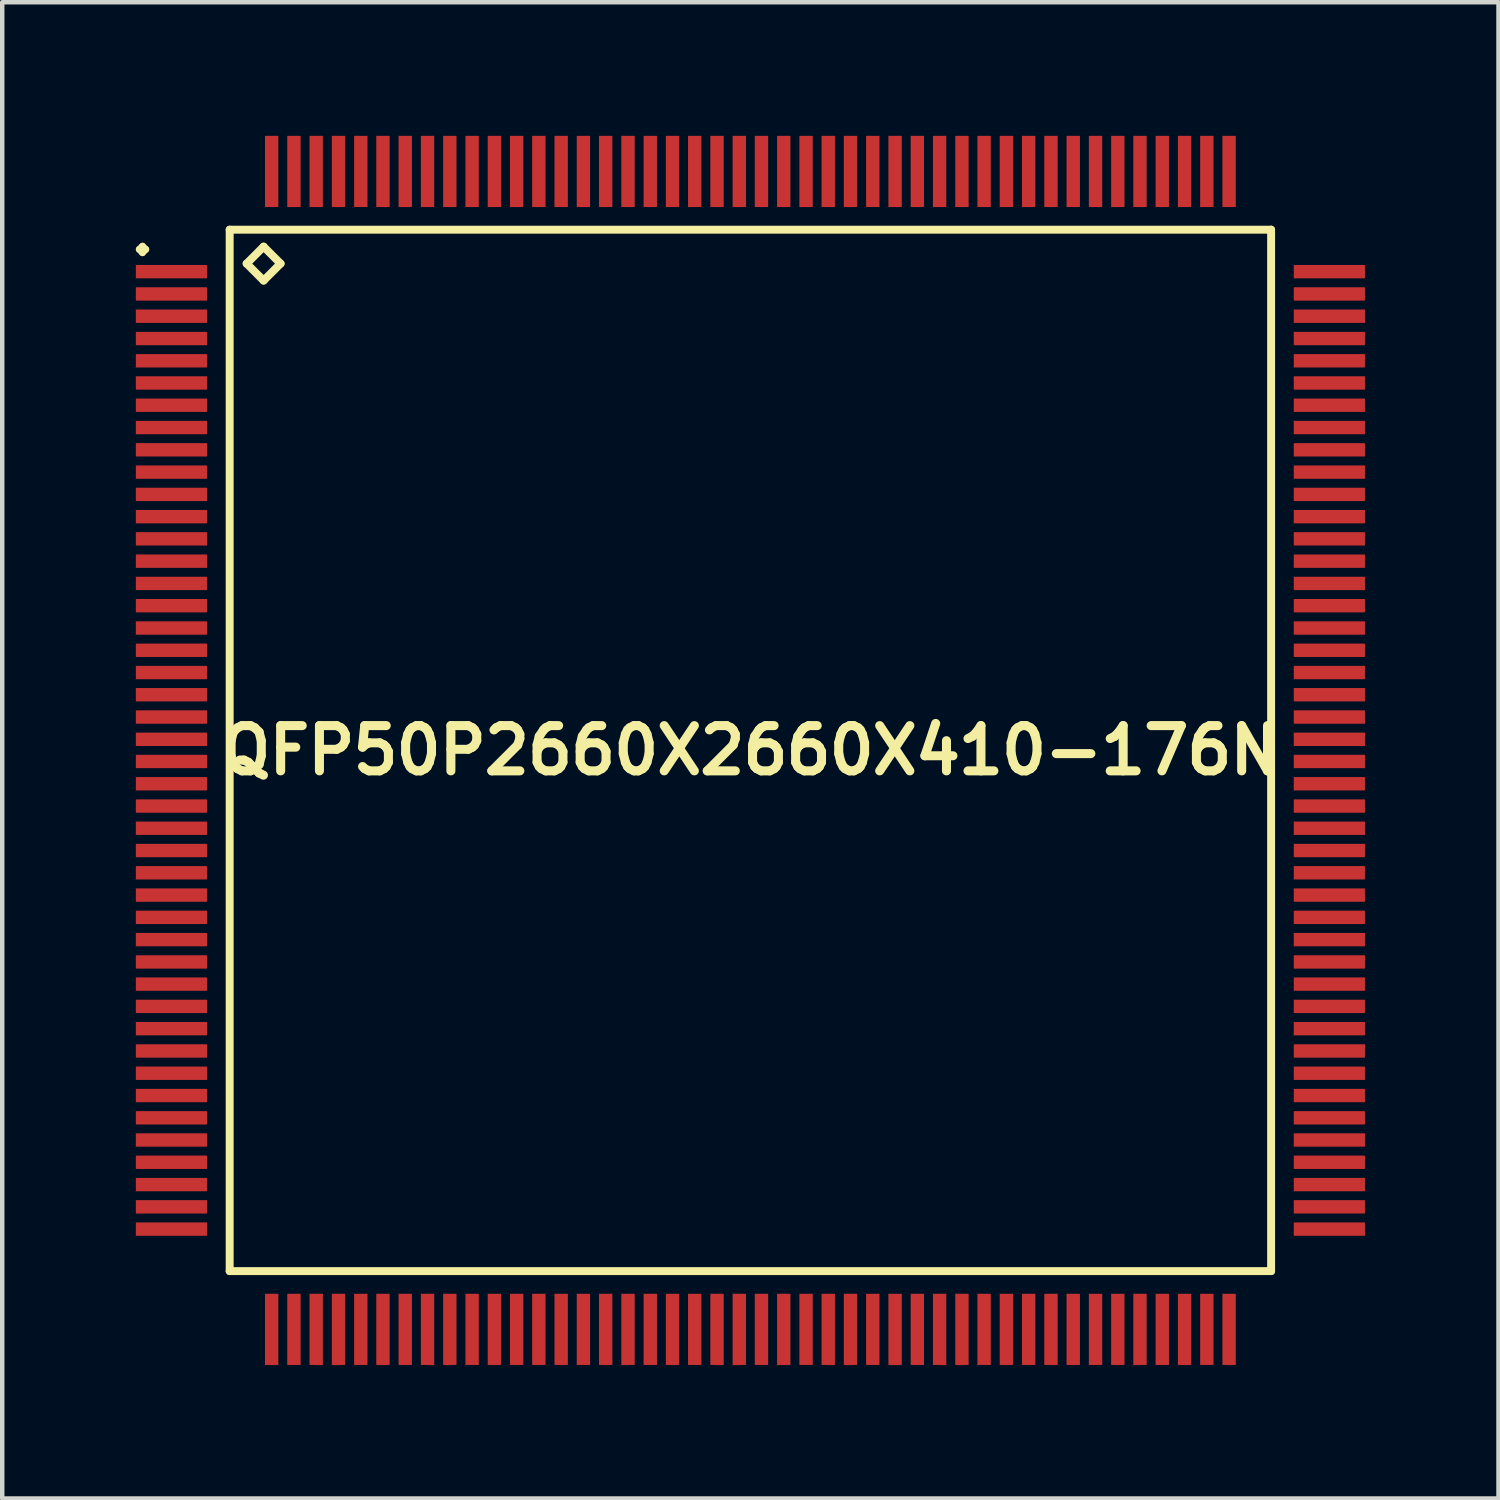
<source format=kicad_pcb>
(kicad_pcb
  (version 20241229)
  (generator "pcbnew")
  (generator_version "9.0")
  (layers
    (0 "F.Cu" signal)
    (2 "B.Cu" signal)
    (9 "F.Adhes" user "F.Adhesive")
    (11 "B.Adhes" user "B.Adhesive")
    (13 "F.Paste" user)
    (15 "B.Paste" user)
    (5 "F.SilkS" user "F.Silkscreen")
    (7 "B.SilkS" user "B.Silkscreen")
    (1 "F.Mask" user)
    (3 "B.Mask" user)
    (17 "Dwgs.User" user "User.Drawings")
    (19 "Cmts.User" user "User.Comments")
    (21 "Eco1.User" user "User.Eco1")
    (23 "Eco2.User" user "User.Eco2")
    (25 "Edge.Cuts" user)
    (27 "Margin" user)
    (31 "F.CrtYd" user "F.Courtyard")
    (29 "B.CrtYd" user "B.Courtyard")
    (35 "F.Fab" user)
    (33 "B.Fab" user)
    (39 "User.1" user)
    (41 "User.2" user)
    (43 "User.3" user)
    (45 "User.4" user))
  (footprint "QFP50P2660X2660X410-176N"
    (layer "F.Cu")
    (at 13.799 13.799)
    (property "Reference" "QFP50P2660X2660X410-176N" (at 0 0 0) (layer "F.SilkS") (effects (font (size 1.016 1.016) (thickness 0.203))))
    (attr smd)
    (fp_line (start -13.724 -11.25) (end -13.65 -11.323) (stroke (width 0.15) (type solid)) (layer "F.SilkS"))
    (fp_line (start -13.65 -11.323) (end -13.574 -11.25) (stroke (width 0.15) (type solid)) (layer "F.SilkS"))
    (fp_line (start -13.65 -11.173) (end -13.724 -11.25) (stroke (width 0.15) (type solid)) (layer "F.SilkS"))
    (fp_line (start -13.574 -11.25) (end -13.65 -11.173) (stroke (width 0.15) (type solid)) (layer "F.SilkS"))
    (fp_line (start -11.692 -11.692) (end -11.692 11.692) (stroke (width 0.178) (type solid)) (layer "F.SilkS"))
    (fp_line (start -11.692 11.692) (end 11.692 11.692) (stroke (width 0.178) (type solid)) (layer "F.SilkS"))
    (fp_line (start -11.311 -10.93) (end -10.93 -11.311) (stroke (width 0.178) (type solid)) (layer "F.SilkS"))
    (fp_line (start -10.93 -11.311) (end -10.549 -10.93) (stroke (width 0.178) (type solid)) (layer "F.SilkS"))
    (fp_line (start -10.93 -10.549) (end -11.311 -10.93) (stroke (width 0.178) (type solid)) (layer "F.SilkS"))
    (fp_line (start -10.549 -10.93) (end -10.93 -10.549) (stroke (width 0.178) (type solid)) (layer "F.SilkS"))
    (fp_line (start 11.692 -11.692) (end -11.692 -11.692) (stroke (width 0.178) (type solid)) (layer "F.SilkS"))
    (fp_line (start 11.692 11.692) (end 11.692 -11.692) (stroke (width 0.178) (type solid)) (layer "F.SilkS"))
    (pad "1" smd rect (at -13 -10.749) (size 1.598 0.3) (layers "F.Cu" "F.Mask" "F.Paste"))
    (pad "2" smd rect (at -13 -10.249) (size 1.598 0.3) (layers "F.Cu" "F.Mask" "F.Paste"))
    (pad "3" smd rect (at -13 -9.749) (size 1.598 0.3) (layers "F.Cu" "F.Mask" "F.Paste"))
    (pad "4" smd rect (at -13 -9.248) (size 1.598 0.3) (layers "F.Cu" "F.Mask" "F.Paste"))
    (pad "5" smd rect (at -13 -8.748) (size 1.598 0.3) (layers "F.Cu" "F.Mask" "F.Paste"))
    (pad "6" smd rect (at -13 -8.25) (size 1.598 0.3) (layers "F.Cu" "F.Mask" "F.Paste"))
    (pad "7" smd rect (at -13 -7.75) (size 1.598 0.3) (layers "F.Cu" "F.Mask" "F.Paste"))
    (pad "8" smd rect (at -13 -7.249) (size 1.598 0.3) (layers "F.Cu" "F.Mask" "F.Paste"))
    (pad "9" smd rect (at -13 -6.749) (size 1.598 0.3) (layers "F.Cu" "F.Mask" "F.Paste"))
    (pad "10" smd rect (at -13 -6.248) (size 1.598 0.3) (layers "F.Cu" "F.Mask" "F.Paste"))
    (pad "11" smd rect (at -13 -5.748) (size 1.598 0.3) (layers "F.Cu" "F.Mask" "F.Paste"))
    (pad "12" smd rect (at -13 -5.248) (size 1.598 0.3) (layers "F.Cu" "F.Mask" "F.Paste"))
    (pad "13" smd rect (at -13 -4.75) (size 1.598 0.3) (layers "F.Cu" "F.Mask" "F.Paste"))
    (pad "14" smd rect (at -13 -4.249) (size 1.598 0.3) (layers "F.Cu" "F.Mask" "F.Paste"))
    (pad "15" smd rect (at -13 -3.749) (size 1.598 0.3) (layers "F.Cu" "F.Mask" "F.Paste"))
    (pad "16" smd rect (at -13 -3.249) (size 1.598 0.3) (layers "F.Cu" "F.Mask" "F.Paste"))
    (pad "17" smd rect (at -13 -2.748) (size 1.598 0.3) (layers "F.Cu" "F.Mask" "F.Paste"))
    (pad "18" smd rect (at -13 -2.248) (size 1.598 0.3) (layers "F.Cu" "F.Mask" "F.Paste"))
    (pad "19" smd rect (at -13 -1.748) (size 1.598 0.3) (layers "F.Cu" "F.Mask" "F.Paste"))
    (pad "20" smd rect (at -13 -1.25) (size 1.598 0.3) (layers "F.Cu" "F.Mask" "F.Paste"))
    (pad "21" smd rect (at -13 -0.749) (size 1.598 0.3) (layers "F.Cu" "F.Mask" "F.Paste"))
    (pad "22" smd rect (at -13 -0.249) (size 1.598 0.3) (layers "F.Cu" "F.Mask" "F.Paste"))
    (pad "23" smd rect (at -13 0.249) (size 1.598 0.3) (layers "F.Cu" "F.Mask" "F.Paste"))
    (pad "24" smd rect (at -13 0.749) (size 1.598 0.3) (layers "F.Cu" "F.Mask" "F.Paste"))
    (pad "25" smd rect (at -13 1.25) (size 1.598 0.3) (layers "F.Cu" "F.Mask" "F.Paste"))
    (pad "26" smd rect (at -13 1.748) (size 1.598 0.3) (layers "F.Cu" "F.Mask" "F.Paste"))
    (pad "27" smd rect (at -13 2.248) (size 1.598 0.3) (layers "F.Cu" "F.Mask" "F.Paste"))
    (pad "28" smd rect (at -13 2.748) (size 1.598 0.3) (layers "F.Cu" "F.Mask" "F.Paste"))
    (pad "29" smd rect (at -13 3.249) (size 1.598 0.3) (layers "F.Cu" "F.Mask" "F.Paste"))
    (pad "30" smd rect (at -13 3.749) (size 1.598 0.3) (layers "F.Cu" "F.Mask" "F.Paste"))
    (pad "31" smd rect (at -13 4.249) (size 1.598 0.3) (layers "F.Cu" "F.Mask" "F.Paste"))
    (pad "32" smd rect (at -13 4.75) (size 1.598 0.3) (layers "F.Cu" "F.Mask" "F.Paste"))
    (pad "33" smd rect (at -13 5.248) (size 1.598 0.3) (layers "F.Cu" "F.Mask" "F.Paste"))
    (pad "34" smd rect (at -13 5.748) (size 1.598 0.3) (layers "F.Cu" "F.Mask" "F.Paste"))
    (pad "35" smd rect (at -13 6.248) (size 1.598 0.3) (layers "F.Cu" "F.Mask" "F.Paste"))
    (pad "36" smd rect (at -13 6.749) (size 1.598 0.3) (layers "F.Cu" "F.Mask" "F.Paste"))
    (pad "37" smd rect (at -13 7.249) (size 1.598 0.3) (layers "F.Cu" "F.Mask" "F.Paste"))
    (pad "38" smd rect (at -13 7.75) (size 1.598 0.3) (layers "F.Cu" "F.Mask" "F.Paste"))
    (pad "39" smd rect (at -13 8.25) (size 1.598 0.3) (layers "F.Cu" "F.Mask" "F.Paste"))
    (pad "40" smd rect (at -13 8.748) (size 1.598 0.3) (layers "F.Cu" "F.Mask" "F.Paste"))
    (pad "41" smd rect (at -13 9.248) (size 1.598 0.3) (layers "F.Cu" "F.Mask" "F.Paste"))
    (pad "42" smd rect (at -13 9.749) (size 1.598 0.3) (layers "F.Cu" "F.Mask" "F.Paste"))
    (pad "43" smd rect (at -13 10.249) (size 1.598 0.3) (layers "F.Cu" "F.Mask" "F.Paste"))
    (pad "44" smd rect (at -13 10.749) (size 1.598 0.3) (layers "F.Cu" "F.Mask" "F.Paste"))
    (pad "45" smd rect (at -10.749 13) (size 0.3 1.598) (layers "F.Cu" "F.Mask" "F.Paste"))
    (pad "46" smd rect (at -10.249 13) (size 0.3 1.598) (layers "F.Cu" "F.Mask" "F.Paste"))
    (pad "47" smd rect (at -9.749 13) (size 0.3 1.598) (layers "F.Cu" "F.Mask" "F.Paste"))
    (pad "48" smd rect (at -9.248 13) (size 0.3 1.598) (layers "F.Cu" "F.Mask" "F.Paste"))
    (pad "49" smd rect (at -8.748 13) (size 0.3 1.598) (layers "F.Cu" "F.Mask" "F.Paste"))
    (pad "50" smd rect (at -8.25 13) (size 0.3 1.598) (layers "F.Cu" "F.Mask" "F.Paste"))
    (pad "51" smd rect (at -7.75 13) (size 0.3 1.598) (layers "F.Cu" "F.Mask" "F.Paste"))
    (pad "52" smd rect (at -7.249 13) (size 0.3 1.598) (layers "F.Cu" "F.Mask" "F.Paste"))
    (pad "53" smd rect (at -6.749 13) (size 0.3 1.598) (layers "F.Cu" "F.Mask" "F.Paste"))
    (pad "54" smd rect (at -6.248 13) (size 0.3 1.598) (layers "F.Cu" "F.Mask" "F.Paste"))
    (pad "55" smd rect (at -5.748 13) (size 0.3 1.598) (layers "F.Cu" "F.Mask" "F.Paste"))
    (pad "56" smd rect (at -5.248 13) (size 0.3 1.598) (layers "F.Cu" "F.Mask" "F.Paste"))
    (pad "57" smd rect (at -4.75 13) (size 0.3 1.598) (layers "F.Cu" "F.Mask" "F.Paste"))
    (pad "58" smd rect (at -4.249 13) (size 0.3 1.598) (layers "F.Cu" "F.Mask" "F.Paste"))
    (pad "59" smd rect (at -3.749 13) (size 0.3 1.598) (layers "F.Cu" "F.Mask" "F.Paste"))
    (pad "60" smd rect (at -3.249 13) (size 0.3 1.598) (layers "F.Cu" "F.Mask" "F.Paste"))
    (pad "61" smd rect (at -2.748 13) (size 0.3 1.598) (layers "F.Cu" "F.Mask" "F.Paste"))
    (pad "62" smd rect (at -2.248 13) (size 0.3 1.598) (layers "F.Cu" "F.Mask" "F.Paste"))
    (pad "63" smd rect (at -1.748 13) (size 0.3 1.598) (layers "F.Cu" "F.Mask" "F.Paste"))
    (pad "64" smd rect (at -1.25 13) (size 0.3 1.598) (layers "F.Cu" "F.Mask" "F.Paste"))
    (pad "65" smd rect (at -0.749 13) (size 0.3 1.598) (layers "F.Cu" "F.Mask" "F.Paste"))
    (pad "66" smd rect (at -0.249 13) (size 0.3 1.598) (layers "F.Cu" "F.Mask" "F.Paste"))
    (pad "67" smd rect (at 0.249 13) (size 0.3 1.598) (layers "F.Cu" "F.Mask" "F.Paste"))
    (pad "68" smd rect (at 0.749 13) (size 0.3 1.598) (layers "F.Cu" "F.Mask" "F.Paste"))
    (pad "69" smd rect (at 1.25 13) (size 0.3 1.598) (layers "F.Cu" "F.Mask" "F.Paste"))
    (pad "70" smd rect (at 1.748 13) (size 0.3 1.598) (layers "F.Cu" "F.Mask" "F.Paste"))
    (pad "71" smd rect (at 2.248 13) (size 0.3 1.598) (layers "F.Cu" "F.Mask" "F.Paste"))
    (pad "72" smd rect (at 2.748 13) (size 0.3 1.598) (layers "F.Cu" "F.Mask" "F.Paste"))
    (pad "73" smd rect (at 3.249 13) (size 0.3 1.598) (layers "F.Cu" "F.Mask" "F.Paste"))
    (pad "74" smd rect (at 3.749 13) (size 0.3 1.598) (layers "F.Cu" "F.Mask" "F.Paste"))
    (pad "75" smd rect (at 4.249 13) (size 0.3 1.598) (layers "F.Cu" "F.Mask" "F.Paste"))
    (pad "76" smd rect (at 4.75 13) (size 0.3 1.598) (layers "F.Cu" "F.Mask" "F.Paste"))
    (pad "77" smd rect (at 5.248 13) (size 0.3 1.598) (layers "F.Cu" "F.Mask" "F.Paste"))
    (pad "78" smd rect (at 5.748 13) (size 0.3 1.598) (layers "F.Cu" "F.Mask" "F.Paste"))
    (pad "79" smd rect (at 6.248 13) (size 0.3 1.598) (layers "F.Cu" "F.Mask" "F.Paste"))
    (pad "80" smd rect (at 6.749 13) (size 0.3 1.598) (layers "F.Cu" "F.Mask" "F.Paste"))
    (pad "81" smd rect (at 7.249 13) (size 0.3 1.598) (layers "F.Cu" "F.Mask" "F.Paste"))
    (pad "82" smd rect (at 7.75 13) (size 0.3 1.598) (layers "F.Cu" "F.Mask" "F.Paste"))
    (pad "83" smd rect (at 8.25 13) (size 0.3 1.598) (layers "F.Cu" "F.Mask" "F.Paste"))
    (pad "84" smd rect (at 8.748 13) (size 0.3 1.598) (layers "F.Cu" "F.Mask" "F.Paste"))
    (pad "85" smd rect (at 9.248 13) (size 0.3 1.598) (layers "F.Cu" "F.Mask" "F.Paste"))
    (pad "86" smd rect (at 9.749 13) (size 0.3 1.598) (layers "F.Cu" "F.Mask" "F.Paste"))
    (pad "87" smd rect (at 10.249 13) (size 0.3 1.598) (layers "F.Cu" "F.Mask" "F.Paste"))
    (pad "88" smd rect (at 10.749 13) (size 0.3 1.598) (layers "F.Cu" "F.Mask" "F.Paste"))
    (pad "89" smd rect (at 13 10.749) (size 1.598 0.3) (layers "F.Cu" "F.Mask" "F.Paste"))
    (pad "90" smd rect (at 13 10.249) (size 1.598 0.3) (layers "F.Cu" "F.Mask" "F.Paste"))
    (pad "91" smd rect (at 13 9.749) (size 1.598 0.3) (layers "F.Cu" "F.Mask" "F.Paste"))
    (pad "92" smd rect (at 13 9.248) (size 1.598 0.3) (layers "F.Cu" "F.Mask" "F.Paste"))
    (pad "93" smd rect (at 13 8.748) (size 1.598 0.3) (layers "F.Cu" "F.Mask" "F.Paste"))
    (pad "94" smd rect (at 13 8.25) (size 1.598 0.3) (layers "F.Cu" "F.Mask" "F.Paste"))
    (pad "95" smd rect (at 13 7.75) (size 1.598 0.3) (layers "F.Cu" "F.Mask" "F.Paste"))
    (pad "96" smd rect (at 13 7.249) (size 1.598 0.3) (layers "F.Cu" "F.Mask" "F.Paste"))
    (pad "97" smd rect (at 13 6.749) (size 1.598 0.3) (layers "F.Cu" "F.Mask" "F.Paste"))
    (pad "98" smd rect (at 13 6.248) (size 1.598 0.3) (layers "F.Cu" "F.Mask" "F.Paste"))
    (pad "99" smd rect (at 13 5.748) (size 1.598 0.3) (layers "F.Cu" "F.Mask" "F.Paste"))
    (pad "100" smd rect (at 13 5.248) (size 1.598 0.3) (layers "F.Cu" "F.Mask" "F.Paste"))
    (pad "101" smd rect (at 13 4.75) (size 1.598 0.3) (layers "F.Cu" "F.Mask" "F.Paste"))
    (pad "102" smd rect (at 13 4.249) (size 1.598 0.3) (layers "F.Cu" "F.Mask" "F.Paste"))
    (pad "103" smd rect (at 13 3.749) (size 1.598 0.3) (layers "F.Cu" "F.Mask" "F.Paste"))
    (pad "104" smd rect (at 13 3.249) (size 1.598 0.3) (layers "F.Cu" "F.Mask" "F.Paste"))
    (pad "105" smd rect (at 13 2.748) (size 1.598 0.3) (layers "F.Cu" "F.Mask" "F.Paste"))
    (pad "106" smd rect (at 13 2.248) (size 1.598 0.3) (layers "F.Cu" "F.Mask" "F.Paste"))
    (pad "107" smd rect (at 13 1.748) (size 1.598 0.3) (layers "F.Cu" "F.Mask" "F.Paste"))
    (pad "108" smd rect (at 13 1.25) (size 1.598 0.3) (layers "F.Cu" "F.Mask" "F.Paste"))
    (pad "109" smd rect (at 13 0.749) (size 1.598 0.3) (layers "F.Cu" "F.Mask" "F.Paste"))
    (pad "110" smd rect (at 13 0.249) (size 1.598 0.3) (layers "F.Cu" "F.Mask" "F.Paste"))
    (pad "111" smd rect (at 13 -0.249) (size 1.598 0.3) (layers "F.Cu" "F.Mask" "F.Paste"))
    (pad "112" smd rect (at 13 -0.749) (size 1.598 0.3) (layers "F.Cu" "F.Mask" "F.Paste"))
    (pad "113" smd rect (at 13 -1.25) (size 1.598 0.3) (layers "F.Cu" "F.Mask" "F.Paste"))
    (pad "114" smd rect (at 13 -1.748) (size 1.598 0.3) (layers "F.Cu" "F.Mask" "F.Paste"))
    (pad "115" smd rect (at 13 -2.248) (size 1.598 0.3) (layers "F.Cu" "F.Mask" "F.Paste"))
    (pad "116" smd rect (at 13 -2.748) (size 1.598 0.3) (layers "F.Cu" "F.Mask" "F.Paste"))
    (pad "117" smd rect (at 13 -3.249) (size 1.598 0.3) (layers "F.Cu" "F.Mask" "F.Paste"))
    (pad "118" smd rect (at 13 -3.749) (size 1.598 0.3) (layers "F.Cu" "F.Mask" "F.Paste"))
    (pad "119" smd rect (at 13 -4.249) (size 1.598 0.3) (layers "F.Cu" "F.Mask" "F.Paste"))
    (pad "120" smd rect (at 13 -4.75) (size 1.598 0.3) (layers "F.Cu" "F.Mask" "F.Paste"))
    (pad "121" smd rect (at 13 -5.248) (size 1.598 0.3) (layers "F.Cu" "F.Mask" "F.Paste"))
    (pad "122" smd rect (at 13 -5.748) (size 1.598 0.3) (layers "F.Cu" "F.Mask" "F.Paste"))
    (pad "123" smd rect (at 13 -6.248) (size 1.598 0.3) (layers "F.Cu" "F.Mask" "F.Paste"))
    (pad "124" smd rect (at 13 -6.749) (size 1.598 0.3) (layers "F.Cu" "F.Mask" "F.Paste"))
    (pad "125" smd rect (at 13 -7.249) (size 1.598 0.3) (layers "F.Cu" "F.Mask" "F.Paste"))
    (pad "126" smd rect (at 13 -7.75) (size 1.598 0.3) (layers "F.Cu" "F.Mask" "F.Paste"))
    (pad "127" smd rect (at 13 -8.25) (size 1.598 0.3) (layers "F.Cu" "F.Mask" "F.Paste"))
    (pad "128" smd rect (at 13 -8.748) (size 1.598 0.3) (layers "F.Cu" "F.Mask" "F.Paste"))
    (pad "129" smd rect (at 13 -9.248) (size 1.598 0.3) (layers "F.Cu" "F.Mask" "F.Paste"))
    (pad "130" smd rect (at 13 -9.749) (size 1.598 0.3) (layers "F.Cu" "F.Mask" "F.Paste"))
    (pad "131" smd rect (at 13 -10.249) (size 1.598 0.3) (layers "F.Cu" "F.Mask" "F.Paste"))
    (pad "132" smd rect (at 13 -10.749) (size 1.598 0.3) (layers "F.Cu" "F.Mask" "F.Paste"))
    (pad "133" smd rect (at 10.749 -13) (size 0.3 1.598) (layers "F.Cu" "F.Mask" "F.Paste"))
    (pad "134" smd rect (at 10.249 -13) (size 0.3 1.598) (layers "F.Cu" "F.Mask" "F.Paste"))
    (pad "135" smd rect (at 9.749 -13) (size 0.3 1.598) (layers "F.Cu" "F.Mask" "F.Paste"))
    (pad "136" smd rect (at 9.248 -13) (size 0.3 1.598) (layers "F.Cu" "F.Mask" "F.Paste"))
    (pad "137" smd rect (at 8.748 -13) (size 0.3 1.598) (layers "F.Cu" "F.Mask" "F.Paste"))
    (pad "138" smd rect (at 8.25 -13) (size 0.3 1.598) (layers "F.Cu" "F.Mask" "F.Paste"))
    (pad "139" smd rect (at 7.75 -13) (size 0.3 1.598) (layers "F.Cu" "F.Mask" "F.Paste"))
    (pad "140" smd rect (at 7.249 -13) (size 0.3 1.598) (layers "F.Cu" "F.Mask" "F.Paste"))
    (pad "141" smd rect (at 6.749 -13) (size 0.3 1.598) (layers "F.Cu" "F.Mask" "F.Paste"))
    (pad "142" smd rect (at 6.248 -13) (size 0.3 1.598) (layers "F.Cu" "F.Mask" "F.Paste"))
    (pad "143" smd rect (at 5.748 -13) (size 0.3 1.598) (layers "F.Cu" "F.Mask" "F.Paste"))
    (pad "144" smd rect (at 5.248 -13) (size 0.3 1.598) (layers "F.Cu" "F.Mask" "F.Paste"))
    (pad "145" smd rect (at 4.75 -13) (size 0.3 1.598) (layers "F.Cu" "F.Mask" "F.Paste"))
    (pad "146" smd rect (at 4.249 -13) (size 0.3 1.598) (layers "F.Cu" "F.Mask" "F.Paste"))
    (pad "147" smd rect (at 3.749 -13) (size 0.3 1.598) (layers "F.Cu" "F.Mask" "F.Paste"))
    (pad "148" smd rect (at 3.249 -13) (size 0.3 1.598) (layers "F.Cu" "F.Mask" "F.Paste"))
    (pad "149" smd rect (at 2.748 -13) (size 0.3 1.598) (layers "F.Cu" "F.Mask" "F.Paste"))
    (pad "150" smd rect (at 2.248 -13) (size 0.3 1.598) (layers "F.Cu" "F.Mask" "F.Paste"))
    (pad "151" smd rect (at 1.748 -13) (size 0.3 1.598) (layers "F.Cu" "F.Mask" "F.Paste"))
    (pad "152" smd rect (at 1.25 -13) (size 0.3 1.598) (layers "F.Cu" "F.Mask" "F.Paste"))
    (pad "153" smd rect (at 0.749 -13) (size 0.3 1.598) (layers "F.Cu" "F.Mask" "F.Paste"))
    (pad "154" smd rect (at 0.249 -13) (size 0.3 1.598) (layers "F.Cu" "F.Mask" "F.Paste"))
    (pad "155" smd rect (at -0.249 -13) (size 0.3 1.598) (layers "F.Cu" "F.Mask" "F.Paste"))
    (pad "156" smd rect (at -0.749 -13) (size 0.3 1.598) (layers "F.Cu" "F.Mask" "F.Paste"))
    (pad "157" smd rect (at -1.25 -13) (size 0.3 1.598) (layers "F.Cu" "F.Mask" "F.Paste"))
    (pad "158" smd rect (at -1.748 -13) (size 0.3 1.598) (layers "F.Cu" "F.Mask" "F.Paste"))
    (pad "159" smd rect (at -2.248 -13) (size 0.3 1.598) (layers "F.Cu" "F.Mask" "F.Paste"))
    (pad "160" smd rect (at -2.748 -13) (size 0.3 1.598) (layers "F.Cu" "F.Mask" "F.Paste"))
    (pad "161" smd rect (at -3.249 -13) (size 0.3 1.598) (layers "F.Cu" "F.Mask" "F.Paste"))
    (pad "162" smd rect (at -3.749 -13) (size 0.3 1.598) (layers "F.Cu" "F.Mask" "F.Paste"))
    (pad "163" smd rect (at -4.249 -13) (size 0.3 1.598) (layers "F.Cu" "F.Mask" "F.Paste"))
    (pad "164" smd rect (at -4.75 -13) (size 0.3 1.598) (layers "F.Cu" "F.Mask" "F.Paste"))
    (pad "165" smd rect (at -5.248 -13) (size 0.3 1.598) (layers "F.Cu" "F.Mask" "F.Paste"))
    (pad "166" smd rect (at -5.748 -13) (size 0.3 1.598) (layers "F.Cu" "F.Mask" "F.Paste"))
    (pad "167" smd rect (at -6.248 -13) (size 0.3 1.598) (layers "F.Cu" "F.Mask" "F.Paste"))
    (pad "168" smd rect (at -6.749 -13) (size 0.3 1.598) (layers "F.Cu" "F.Mask" "F.Paste"))
    (pad "169" smd rect (at -7.249 -13) (size 0.3 1.598) (layers "F.Cu" "F.Mask" "F.Paste"))
    (pad "170" smd rect (at -7.75 -13) (size 0.3 1.598) (layers "F.Cu" "F.Mask" "F.Paste"))
    (pad "171" smd rect (at -8.25 -13) (size 0.3 1.598) (layers "F.Cu" "F.Mask" "F.Paste"))
    (pad "172" smd rect (at -8.748 -13) (size 0.3 1.598) (layers "F.Cu" "F.Mask" "F.Paste"))
    (pad "173" smd rect (at -9.248 -13) (size 0.3 1.598) (layers "F.Cu" "F.Mask" "F.Paste"))
    (pad "174" smd rect (at -9.749 -13) (size 0.3 1.598) (layers "F.Cu" "F.Mask" "F.Paste"))
    (pad "175" smd rect (at -10.249 -13) (size 0.3 1.598) (layers "F.Cu" "F.Mask" "F.Paste"))
    (pad "176" smd rect (at -10.749 -13) (size 0.3 1.598) (layers "F.Cu" "F.Mask" "F.Paste")))
  (gr_rect
    (start -3 -3)
    (end 30.597 30.597)
    (stroke (width 0.1) (type default))
    (fill no)
    (layer "Edge.Cuts")))
</source>
